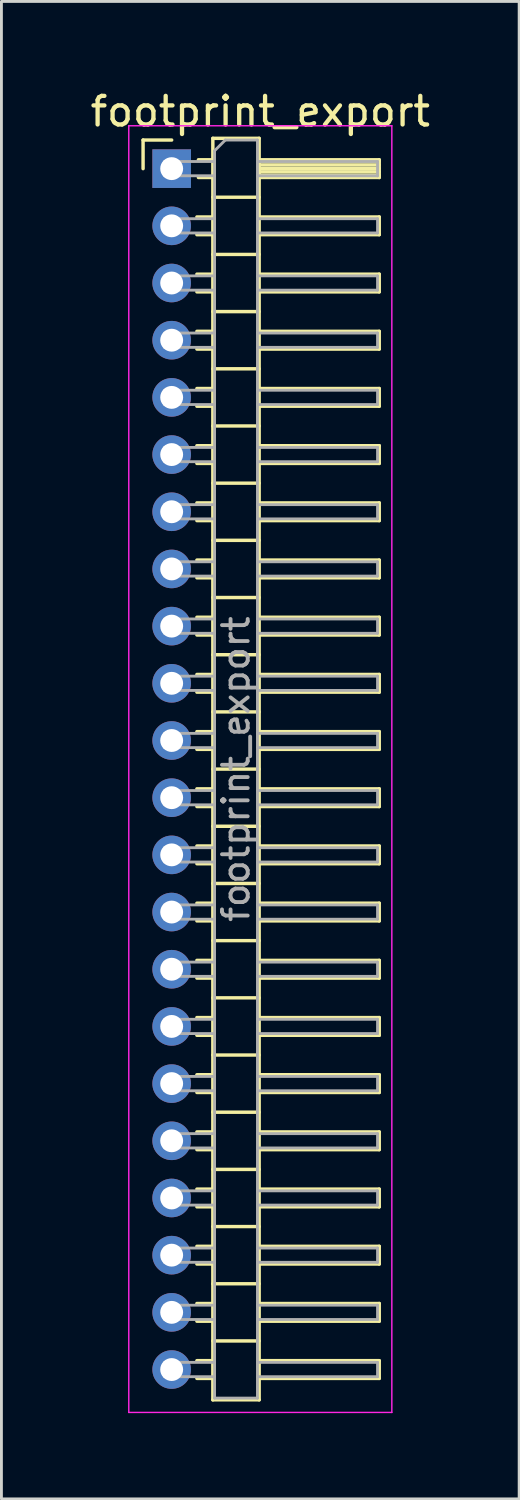
<source format=kicad_pcb>
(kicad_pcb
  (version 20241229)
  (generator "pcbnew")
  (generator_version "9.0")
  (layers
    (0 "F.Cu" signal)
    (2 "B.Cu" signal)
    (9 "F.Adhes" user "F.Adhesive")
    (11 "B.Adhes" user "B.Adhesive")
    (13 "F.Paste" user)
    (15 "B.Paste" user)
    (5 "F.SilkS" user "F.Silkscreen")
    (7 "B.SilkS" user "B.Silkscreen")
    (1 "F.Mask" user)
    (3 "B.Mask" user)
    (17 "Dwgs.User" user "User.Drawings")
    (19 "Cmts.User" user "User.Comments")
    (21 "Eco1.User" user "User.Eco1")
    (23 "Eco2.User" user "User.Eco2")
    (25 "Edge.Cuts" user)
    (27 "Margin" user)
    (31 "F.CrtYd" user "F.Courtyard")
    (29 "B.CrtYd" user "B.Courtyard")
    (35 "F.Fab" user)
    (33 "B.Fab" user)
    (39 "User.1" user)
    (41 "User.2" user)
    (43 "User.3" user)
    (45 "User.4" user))
  (footprint "footprint_export"
    (layer "F.Cu")
    (at 2.954 2.848)
    (property "Reference" "footprint_export" (at 3.1 -2 0) (layer "F.SilkS") (effects (font (size 1 1) (thickness 0.15))))
    (attr through_hole)
    (fp_line (start -1 -1) (end 0 -1) (stroke (width 0.12) (type solid)) (layer "F.SilkS"))
    (fp_line (start -1 0) (end -1 -1) (stroke (width 0.12) (type solid)) (layer "F.SilkS"))
    (fp_line (start 0.882 1.69) (end 1.44 1.69) (stroke (width 0.12) (type solid)) (layer "F.SilkS"))
    (fp_line (start 0.882 2.31) (end 1.44 2.31) (stroke (width 0.12) (type solid)) (layer "F.SilkS"))
    (fp_line (start 0.882 3.69) (end 1.44 3.69) (stroke (width 0.12) (type solid)) (layer "F.SilkS"))
    (fp_line (start 0.882 4.31) (end 1.44 4.31) (stroke (width 0.12) (type solid)) (layer "F.SilkS"))
    (fp_line (start 0.882 5.69) (end 1.44 5.69) (stroke (width 0.12) (type solid)) (layer "F.SilkS"))
    (fp_line (start 0.882 6.31) (end 1.44 6.31) (stroke (width 0.12) (type solid)) (layer "F.SilkS"))
    (fp_line (start 0.882 7.69) (end 1.44 7.69) (stroke (width 0.12) (type solid)) (layer "F.SilkS"))
    (fp_line (start 0.882 8.31) (end 1.44 8.31) (stroke (width 0.12) (type solid)) (layer "F.SilkS"))
    (fp_line (start 0.882 9.69) (end 1.44 9.69) (stroke (width 0.12) (type solid)) (layer "F.SilkS"))
    (fp_line (start 0.882 10.31) (end 1.44 10.31) (stroke (width 0.12) (type solid)) (layer "F.SilkS"))
    (fp_line (start 0.882 11.69) (end 1.44 11.69) (stroke (width 0.12) (type solid)) (layer "F.SilkS"))
    (fp_line (start 0.882 12.31) (end 1.44 12.31) (stroke (width 0.12) (type solid)) (layer "F.SilkS"))
    (fp_line (start 0.882 13.69) (end 1.44 13.69) (stroke (width 0.12) (type solid)) (layer "F.SilkS"))
    (fp_line (start 0.882 14.31) (end 1.44 14.31) (stroke (width 0.12) (type solid)) (layer "F.SilkS"))
    (fp_line (start 0.882 15.69) (end 1.44 15.69) (stroke (width 0.12) (type solid)) (layer "F.SilkS"))
    (fp_line (start 0.882 16.31) (end 1.44 16.31) (stroke (width 0.12) (type solid)) (layer "F.SilkS"))
    (fp_line (start 0.882 17.69) (end 1.44 17.69) (stroke (width 0.12) (type solid)) (layer "F.SilkS"))
    (fp_line (start 0.882 18.31) (end 1.44 18.31) (stroke (width 0.12) (type solid)) (layer "F.SilkS"))
    (fp_line (start 0.882 19.69) (end 1.44 19.69) (stroke (width 0.12) (type solid)) (layer "F.SilkS"))
    (fp_line (start 0.882 20.31) (end 1.44 20.31) (stroke (width 0.12) (type solid)) (layer "F.SilkS"))
    (fp_line (start 0.882 21.69) (end 1.44 21.69) (stroke (width 0.12) (type solid)) (layer "F.SilkS"))
    (fp_line (start 0.882 22.31) (end 1.44 22.31) (stroke (width 0.12) (type solid)) (layer "F.SilkS"))
    (fp_line (start 0.882 23.69) (end 1.44 23.69) (stroke (width 0.12) (type solid)) (layer "F.SilkS"))
    (fp_line (start 0.882 24.31) (end 1.44 24.31) (stroke (width 0.12) (type solid)) (layer "F.SilkS"))
    (fp_line (start 0.882 25.69) (end 1.44 25.69) (stroke (width 0.12) (type solid)) (layer "F.SilkS"))
    (fp_line (start 0.882 26.31) (end 1.44 26.31) (stroke (width 0.12) (type solid)) (layer "F.SilkS"))
    (fp_line (start 0.882 27.69) (end 1.44 27.69) (stroke (width 0.12) (type solid)) (layer "F.SilkS"))
    (fp_line (start 0.882 28.31) (end 1.44 28.31) (stroke (width 0.12) (type solid)) (layer "F.SilkS"))
    (fp_line (start 0.882 29.69) (end 1.44 29.69) (stroke (width 0.12) (type solid)) (layer "F.SilkS"))
    (fp_line (start 0.882 30.31) (end 1.44 30.31) (stroke (width 0.12) (type solid)) (layer "F.SilkS"))
    (fp_line (start 0.882 31.69) (end 1.44 31.69) (stroke (width 0.12) (type solid)) (layer "F.SilkS"))
    (fp_line (start 0.882 32.31) (end 1.44 32.31) (stroke (width 0.12) (type solid)) (layer "F.SilkS"))
    (fp_line (start 0.882 33.69) (end 1.44 33.69) (stroke (width 0.12) (type solid)) (layer "F.SilkS"))
    (fp_line (start 0.882 34.31) (end 1.44 34.31) (stroke (width 0.12) (type solid)) (layer "F.SilkS"))
    (fp_line (start 0.882 35.69) (end 1.44 35.69) (stroke (width 0.12) (type solid)) (layer "F.SilkS"))
    (fp_line (start 0.882 36.31) (end 1.44 36.31) (stroke (width 0.12) (type solid)) (layer "F.SilkS"))
    (fp_line (start 0.882 37.69) (end 1.44 37.69) (stroke (width 0.12) (type solid)) (layer "F.SilkS"))
    (fp_line (start 0.882 38.31) (end 1.44 38.31) (stroke (width 0.12) (type solid)) (layer "F.SilkS"))
    (fp_line (start 0.882 39.69) (end 1.44 39.69) (stroke (width 0.12) (type solid)) (layer "F.SilkS"))
    (fp_line (start 0.882 40.31) (end 1.44 40.31) (stroke (width 0.12) (type solid)) (layer "F.SilkS"))
    (fp_line (start 0.882 41.69) (end 1.44 41.69) (stroke (width 0.12) (type solid)) (layer "F.SilkS"))
    (fp_line (start 0.882 42.31) (end 1.44 42.31) (stroke (width 0.12) (type solid)) (layer "F.SilkS"))
    (fp_line (start 0.935 -0.31) (end 1.44 -0.31) (stroke (width 0.12) (type solid)) (layer "F.SilkS"))
    (fp_line (start 0.935 0.31) (end 1.44 0.31) (stroke (width 0.12) (type solid)) (layer "F.SilkS"))
    (fp_line (start 1.44 -1.06) (end 1.44 43.06) (stroke (width 0.12) (type solid)) (layer "F.SilkS"))
    (fp_line (start 1.44 1) (end 3.06 1) (stroke (width 0.12) (type solid)) (layer "F.SilkS"))
    (fp_line (start 1.44 3) (end 3.06 3) (stroke (width 0.12) (type solid)) (layer "F.SilkS"))
    (fp_line (start 1.44 5) (end 3.06 5) (stroke (width 0.12) (type solid)) (layer "F.SilkS"))
    (fp_line (start 1.44 7) (end 3.06 7) (stroke (width 0.12) (type solid)) (layer "F.SilkS"))
    (fp_line (start 1.44 9) (end 3.06 9) (stroke (width 0.12) (type solid)) (layer "F.SilkS"))
    (fp_line (start 1.44 11) (end 3.06 11) (stroke (width 0.12) (type solid)) (layer "F.SilkS"))
    (fp_line (start 1.44 13) (end 3.06 13) (stroke (width 0.12) (type solid)) (layer "F.SilkS"))
    (fp_line (start 1.44 15) (end 3.06 15) (stroke (width 0.12) (type solid)) (layer "F.SilkS"))
    (fp_line (start 1.44 17) (end 3.06 17) (stroke (width 0.12) (type solid)) (layer "F.SilkS"))
    (fp_line (start 1.44 19) (end 3.06 19) (stroke (width 0.12) (type solid)) (layer "F.SilkS"))
    (fp_line (start 1.44 21) (end 3.06 21) (stroke (width 0.12) (type solid)) (layer "F.SilkS"))
    (fp_line (start 1.44 23) (end 3.06 23) (stroke (width 0.12) (type solid)) (layer "F.SilkS"))
    (fp_line (start 1.44 25) (end 3.06 25) (stroke (width 0.12) (type solid)) (layer "F.SilkS"))
    (fp_line (start 1.44 27) (end 3.06 27) (stroke (width 0.12) (type solid)) (layer "F.SilkS"))
    (fp_line (start 1.44 29) (end 3.06 29) (stroke (width 0.12) (type solid)) (layer "F.SilkS"))
    (fp_line (start 1.44 31) (end 3.06 31) (stroke (width 0.12) (type solid)) (layer "F.SilkS"))
    (fp_line (start 1.44 33) (end 3.06 33) (stroke (width 0.12) (type solid)) (layer "F.SilkS"))
    (fp_line (start 1.44 35) (end 3.06 35) (stroke (width 0.12) (type solid)) (layer "F.SilkS"))
    (fp_line (start 1.44 37) (end 3.06 37) (stroke (width 0.12) (type solid)) (layer "F.SilkS"))
    (fp_line (start 1.44 39) (end 3.06 39) (stroke (width 0.12) (type solid)) (layer "F.SilkS"))
    (fp_line (start 1.44 41) (end 3.06 41) (stroke (width 0.12) (type solid)) (layer "F.SilkS"))
    (fp_line (start 1.44 43.06) (end 3.06 43.06) (stroke (width 0.12) (type solid)) (layer "F.SilkS"))
    (fp_line (start 3.06 -1.06) (end 1.44 -1.06) (stroke (width 0.12) (type solid)) (layer "F.SilkS"))
    (fp_line (start 3.06 -0.31) (end 7.26 -0.31) (stroke (width 0.12) (type solid)) (layer "F.SilkS"))
    (fp_line (start 3.06 -0.25) (end 7.26 -0.25) (stroke (width 0.12) (type solid)) (layer "F.SilkS"))
    (fp_line (start 3.06 -0.13) (end 7.26 -0.13) (stroke (width 0.12) (type solid)) (layer "F.SilkS"))
    (fp_line (start 3.06 -0.01) (end 7.26 -0.01) (stroke (width 0.12) (type solid)) (layer "F.SilkS"))
    (fp_line (start 3.06 0.11) (end 7.26 0.11) (stroke (width 0.12) (type solid)) (layer "F.SilkS"))
    (fp_line (start 3.06 0.23) (end 7.26 0.23) (stroke (width 0.12) (type solid)) (layer "F.SilkS"))
    (fp_line (start 3.06 1.69) (end 7.26 1.69) (stroke (width 0.12) (type solid)) (layer "F.SilkS"))
    (fp_line (start 3.06 3.69) (end 7.26 3.69) (stroke (width 0.12) (type solid)) (layer "F.SilkS"))
    (fp_line (start 3.06 5.69) (end 7.26 5.69) (stroke (width 0.12) (type solid)) (layer "F.SilkS"))
    (fp_line (start 3.06 7.69) (end 7.26 7.69) (stroke (width 0.12) (type solid)) (layer "F.SilkS"))
    (fp_line (start 3.06 9.69) (end 7.26 9.69) (stroke (width 0.12) (type solid)) (layer "F.SilkS"))
    (fp_line (start 3.06 11.69) (end 7.26 11.69) (stroke (width 0.12) (type solid)) (layer "F.SilkS"))
    (fp_line (start 3.06 13.69) (end 7.26 13.69) (stroke (width 0.12) (type solid)) (layer "F.SilkS"))
    (fp_line (start 3.06 15.69) (end 7.26 15.69) (stroke (width 0.12) (type solid)) (layer "F.SilkS"))
    (fp_line (start 3.06 17.69) (end 7.26 17.69) (stroke (width 0.12) (type solid)) (layer "F.SilkS"))
    (fp_line (start 3.06 19.69) (end 7.26 19.69) (stroke (width 0.12) (type solid)) (layer "F.SilkS"))
    (fp_line (start 3.06 21.69) (end 7.26 21.69) (stroke (width 0.12) (type solid)) (layer "F.SilkS"))
    (fp_line (start 3.06 23.69) (end 7.26 23.69) (stroke (width 0.12) (type solid)) (layer "F.SilkS"))
    (fp_line (start 3.06 25.69) (end 7.26 25.69) (stroke (width 0.12) (type solid)) (layer "F.SilkS"))
    (fp_line (start 3.06 27.69) (end 7.26 27.69) (stroke (width 0.12) (type solid)) (layer "F.SilkS"))
    (fp_line (start 3.06 29.69) (end 7.26 29.69) (stroke (width 0.12) (type solid)) (layer "F.SilkS"))
    (fp_line (start 3.06 31.69) (end 7.26 31.69) (stroke (width 0.12) (type solid)) (layer "F.SilkS"))
    (fp_line (start 3.06 33.69) (end 7.26 33.69) (stroke (width 0.12) (type solid)) (layer "F.SilkS"))
    (fp_line (start 3.06 35.69) (end 7.26 35.69) (stroke (width 0.12) (type solid)) (layer "F.SilkS"))
    (fp_line (start 3.06 37.69) (end 7.26 37.69) (stroke (width 0.12) (type solid)) (layer "F.SilkS"))
    (fp_line (start 3.06 39.69) (end 7.26 39.69) (stroke (width 0.12) (type solid)) (layer "F.SilkS"))
    (fp_line (start 3.06 41.69) (end 7.26 41.69) (stroke (width 0.12) (type solid)) (layer "F.SilkS"))
    (fp_line (start 3.06 43.06) (end 3.06 -1.06) (stroke (width 0.12) (type solid)) (layer "F.SilkS"))
    (fp_line (start 7.26 -0.31) (end 7.26 0.31) (stroke (width 0.12) (type solid)) (layer "F.SilkS"))
    (fp_line (start 7.26 0.31) (end 3.06 0.31) (stroke (width 0.12) (type solid)) (layer "F.SilkS"))
    (fp_line (start 7.26 1.69) (end 7.26 2.31) (stroke (width 0.12) (type solid)) (layer "F.SilkS"))
    (fp_line (start 7.26 2.31) (end 3.06 2.31) (stroke (width 0.12) (type solid)) (layer "F.SilkS"))
    (fp_line (start 7.26 3.69) (end 7.26 4.31) (stroke (width 0.12) (type solid)) (layer "F.SilkS"))
    (fp_line (start 7.26 4.31) (end 3.06 4.31) (stroke (width 0.12) (type solid)) (layer "F.SilkS"))
    (fp_line (start 7.26 5.69) (end 7.26 6.31) (stroke (width 0.12) (type solid)) (layer "F.SilkS"))
    (fp_line (start 7.26 6.31) (end 3.06 6.31) (stroke (width 0.12) (type solid)) (layer "F.SilkS"))
    (fp_line (start 7.26 7.69) (end 7.26 8.31) (stroke (width 0.12) (type solid)) (layer "F.SilkS"))
    (fp_line (start 7.26 8.31) (end 3.06 8.31) (stroke (width 0.12) (type solid)) (layer "F.SilkS"))
    (fp_line (start 7.26 9.69) (end 7.26 10.31) (stroke (width 0.12) (type solid)) (layer "F.SilkS"))
    (fp_line (start 7.26 10.31) (end 3.06 10.31) (stroke (width 0.12) (type solid)) (layer "F.SilkS"))
    (fp_line (start 7.26 11.69) (end 7.26 12.31) (stroke (width 0.12) (type solid)) (layer "F.SilkS"))
    (fp_line (start 7.26 12.31) (end 3.06 12.31) (stroke (width 0.12) (type solid)) (layer "F.SilkS"))
    (fp_line (start 7.26 13.69) (end 7.26 14.31) (stroke (width 0.12) (type solid)) (layer "F.SilkS"))
    (fp_line (start 7.26 14.31) (end 3.06 14.31) (stroke (width 0.12) (type solid)) (layer "F.SilkS"))
    (fp_line (start 7.26 15.69) (end 7.26 16.31) (stroke (width 0.12) (type solid)) (layer "F.SilkS"))
    (fp_line (start 7.26 16.31) (end 3.06 16.31) (stroke (width 0.12) (type solid)) (layer "F.SilkS"))
    (fp_line (start 7.26 17.69) (end 7.26 18.31) (stroke (width 0.12) (type solid)) (layer "F.SilkS"))
    (fp_line (start 7.26 18.31) (end 3.06 18.31) (stroke (width 0.12) (type solid)) (layer "F.SilkS"))
    (fp_line (start 7.26 19.69) (end 7.26 20.31) (stroke (width 0.12) (type solid)) (layer "F.SilkS"))
    (fp_line (start 7.26 20.31) (end 3.06 20.31) (stroke (width 0.12) (type solid)) (layer "F.SilkS"))
    (fp_line (start 7.26 21.69) (end 7.26 22.31) (stroke (width 0.12) (type solid)) (layer "F.SilkS"))
    (fp_line (start 7.26 22.31) (end 3.06 22.31) (stroke (width 0.12) (type solid)) (layer "F.SilkS"))
    (fp_line (start 7.26 23.69) (end 7.26 24.31) (stroke (width 0.12) (type solid)) (layer "F.SilkS"))
    (fp_line (start 7.26 24.31) (end 3.06 24.31) (stroke (width 0.12) (type solid)) (layer "F.SilkS"))
    (fp_line (start 7.26 25.69) (end 7.26 26.31) (stroke (width 0.12) (type solid)) (layer "F.SilkS"))
    (fp_line (start 7.26 26.31) (end 3.06 26.31) (stroke (width 0.12) (type solid)) (layer "F.SilkS"))
    (fp_line (start 7.26 27.69) (end 7.26 28.31) (stroke (width 0.12) (type solid)) (layer "F.SilkS"))
    (fp_line (start 7.26 28.31) (end 3.06 28.31) (stroke (width 0.12) (type solid)) (layer "F.SilkS"))
    (fp_line (start 7.26 29.69) (end 7.26 30.31) (stroke (width 0.12) (type solid)) (layer "F.SilkS"))
    (fp_line (start 7.26 30.31) (end 3.06 30.31) (stroke (width 0.12) (type solid)) (layer "F.SilkS"))
    (fp_line (start 7.26 31.69) (end 7.26 32.31) (stroke (width 0.12) (type solid)) (layer "F.SilkS"))
    (fp_line (start 7.26 32.31) (end 3.06 32.31) (stroke (width 0.12) (type solid)) (layer "F.SilkS"))
    (fp_line (start 7.26 33.69) (end 7.26 34.31) (stroke (width 0.12) (type solid)) (layer "F.SilkS"))
    (fp_line (start 7.26 34.31) (end 3.06 34.31) (stroke (width 0.12) (type solid)) (layer "F.SilkS"))
    (fp_line (start 7.26 35.69) (end 7.26 36.31) (stroke (width 0.12) (type solid)) (layer "F.SilkS"))
    (fp_line (start 7.26 36.31) (end 3.06 36.31) (stroke (width 0.12) (type solid)) (layer "F.SilkS"))
    (fp_line (start 7.26 37.69) (end 7.26 38.31) (stroke (width 0.12) (type solid)) (layer "F.SilkS"))
    (fp_line (start 7.26 38.31) (end 3.06 38.31) (stroke (width 0.12) (type solid)) (layer "F.SilkS"))
    (fp_line (start 7.26 39.69) (end 7.26 40.31) (stroke (width 0.12) (type solid)) (layer "F.SilkS"))
    (fp_line (start 7.26 40.31) (end 3.06 40.31) (stroke (width 0.12) (type solid)) (layer "F.SilkS"))
    (fp_line (start 7.26 41.69) (end 7.26 42.31) (stroke (width 0.12) (type solid)) (layer "F.SilkS"))
    (fp_line (start 7.26 42.31) (end 3.06 42.31) (stroke (width 0.12) (type solid)) (layer "F.SilkS"))
    (fp_line (start -1.5 -1.5) (end -1.5 43.5) (stroke (width 0.05) (type solid)) (layer "F.CrtYd"))
    (fp_line (start -1.5 43.5) (end 7.7 43.5) (stroke (width 0.05) (type solid)) (layer "F.CrtYd"))
    (fp_line (start 7.7 -1.5) (end -1.5 -1.5) (stroke (width 0.05) (type solid)) (layer "F.CrtYd"))
    (fp_line (start 7.7 43.5) (end 7.7 -1.5) (stroke (width 0.05) (type solid)) (layer "F.CrtYd"))
    (fp_line (start -0.25 -0.25) (end -0.25 0.25) (stroke (width 0.1) (type solid)) (layer "F.Fab"))
    (fp_line (start -0.25 -0.25) (end 1.5 -0.25) (stroke (width 0.1) (type solid)) (layer "F.Fab"))
    (fp_line (start -0.25 0.25) (end 1.5 0.25) (stroke (width 0.1) (type solid)) (layer "F.Fab"))
    (fp_line (start -0.25 1.75) (end -0.25 2.25) (stroke (width 0.1) (type solid)) (layer "F.Fab"))
    (fp_line (start -0.25 1.75) (end 1.5 1.75) (stroke (width 0.1) (type solid)) (layer "F.Fab"))
    (fp_line (start -0.25 2.25) (end 1.5 2.25) (stroke (width 0.1) (type solid)) (layer "F.Fab"))
    (fp_line (start -0.25 3.75) (end -0.25 4.25) (stroke (width 0.1) (type solid)) (layer "F.Fab"))
    (fp_line (start -0.25 3.75) (end 1.5 3.75) (stroke (width 0.1) (type solid)) (layer "F.Fab"))
    (fp_line (start -0.25 4.25) (end 1.5 4.25) (stroke (width 0.1) (type solid)) (layer "F.Fab"))
    (fp_line (start -0.25 5.75) (end -0.25 6.25) (stroke (width 0.1) (type solid)) (layer "F.Fab"))
    (fp_line (start -0.25 5.75) (end 1.5 5.75) (stroke (width 0.1) (type solid)) (layer "F.Fab"))
    (fp_line (start -0.25 6.25) (end 1.5 6.25) (stroke (width 0.1) (type solid)) (layer "F.Fab"))
    (fp_line (start -0.25 7.75) (end -0.25 8.25) (stroke (width 0.1) (type solid)) (layer "F.Fab"))
    (fp_line (start -0.25 7.75) (end 1.5 7.75) (stroke (width 0.1) (type solid)) (layer "F.Fab"))
    (fp_line (start -0.25 8.25) (end 1.5 8.25) (stroke (width 0.1) (type solid)) (layer "F.Fab"))
    (fp_line (start -0.25 9.75) (end -0.25 10.25) (stroke (width 0.1) (type solid)) (layer "F.Fab"))
    (fp_line (start -0.25 9.75) (end 1.5 9.75) (stroke (width 0.1) (type solid)) (layer "F.Fab"))
    (fp_line (start -0.25 10.25) (end 1.5 10.25) (stroke (width 0.1) (type solid)) (layer "F.Fab"))
    (fp_line (start -0.25 11.75) (end -0.25 12.25) (stroke (width 0.1) (type solid)) (layer "F.Fab"))
    (fp_line (start -0.25 11.75) (end 1.5 11.75) (stroke (width 0.1) (type solid)) (layer "F.Fab"))
    (fp_line (start -0.25 12.25) (end 1.5 12.25) (stroke (width 0.1) (type solid)) (layer "F.Fab"))
    (fp_line (start -0.25 13.75) (end -0.25 14.25) (stroke (width 0.1) (type solid)) (layer "F.Fab"))
    (fp_line (start -0.25 13.75) (end 1.5 13.75) (stroke (width 0.1) (type solid)) (layer "F.Fab"))
    (fp_line (start -0.25 14.25) (end 1.5 14.25) (stroke (width 0.1) (type solid)) (layer "F.Fab"))
    (fp_line (start -0.25 15.75) (end -0.25 16.25) (stroke (width 0.1) (type solid)) (layer "F.Fab"))
    (fp_line (start -0.25 15.75) (end 1.5 15.75) (stroke (width 0.1) (type solid)) (layer "F.Fab"))
    (fp_line (start -0.25 16.25) (end 1.5 16.25) (stroke (width 0.1) (type solid)) (layer "F.Fab"))
    (fp_line (start -0.25 17.75) (end -0.25 18.25) (stroke (width 0.1) (type solid)) (layer "F.Fab"))
    (fp_line (start -0.25 17.75) (end 1.5 17.75) (stroke (width 0.1) (type solid)) (layer "F.Fab"))
    (fp_line (start -0.25 18.25) (end 1.5 18.25) (stroke (width 0.1) (type solid)) (layer "F.Fab"))
    (fp_line (start -0.25 19.75) (end -0.25 20.25) (stroke (width 0.1) (type solid)) (layer "F.Fab"))
    (fp_line (start -0.25 19.75) (end 1.5 19.75) (stroke (width 0.1) (type solid)) (layer "F.Fab"))
    (fp_line (start -0.25 20.25) (end 1.5 20.25) (stroke (width 0.1) (type solid)) (layer "F.Fab"))
    (fp_line (start -0.25 21.75) (end -0.25 22.25) (stroke (width 0.1) (type solid)) (layer "F.Fab"))
    (fp_line (start -0.25 21.75) (end 1.5 21.75) (stroke (width 0.1) (type solid)) (layer "F.Fab"))
    (fp_line (start -0.25 22.25) (end 1.5 22.25) (stroke (width 0.1) (type solid)) (layer "F.Fab"))
    (fp_line (start -0.25 23.75) (end -0.25 24.25) (stroke (width 0.1) (type solid)) (layer "F.Fab"))
    (fp_line (start -0.25 23.75) (end 1.5 23.75) (stroke (width 0.1) (type solid)) (layer "F.Fab"))
    (fp_line (start -0.25 24.25) (end 1.5 24.25) (stroke (width 0.1) (type solid)) (layer "F.Fab"))
    (fp_line (start -0.25 25.75) (end -0.25 26.25) (stroke (width 0.1) (type solid)) (layer "F.Fab"))
    (fp_line (start -0.25 25.75) (end 1.5 25.75) (stroke (width 0.1) (type solid)) (layer "F.Fab"))
    (fp_line (start -0.25 26.25) (end 1.5 26.25) (stroke (width 0.1) (type solid)) (layer "F.Fab"))
    (fp_line (start -0.25 27.75) (end -0.25 28.25) (stroke (width 0.1) (type solid)) (layer "F.Fab"))
    (fp_line (start -0.25 27.75) (end 1.5 27.75) (stroke (width 0.1) (type solid)) (layer "F.Fab"))
    (fp_line (start -0.25 28.25) (end 1.5 28.25) (stroke (width 0.1) (type solid)) (layer "F.Fab"))
    (fp_line (start -0.25 29.75) (end -0.25 30.25) (stroke (width 0.1) (type solid)) (layer "F.Fab"))
    (fp_line (start -0.25 29.75) (end 1.5 29.75) (stroke (width 0.1) (type solid)) (layer "F.Fab"))
    (fp_line (start -0.25 30.25) (end 1.5 30.25) (stroke (width 0.1) (type solid)) (layer "F.Fab"))
    (fp_line (start -0.25 31.75) (end -0.25 32.25) (stroke (width 0.1) (type solid)) (layer "F.Fab"))
    (fp_line (start -0.25 31.75) (end 1.5 31.75) (stroke (width 0.1) (type solid)) (layer "F.Fab"))
    (fp_line (start -0.25 32.25) (end 1.5 32.25) (stroke (width 0.1) (type solid)) (layer "F.Fab"))
    (fp_line (start -0.25 33.75) (end -0.25 34.25) (stroke (width 0.1) (type solid)) (layer "F.Fab"))
    (fp_line (start -0.25 33.75) (end 1.5 33.75) (stroke (width 0.1) (type solid)) (layer "F.Fab"))
    (fp_line (start -0.25 34.25) (end 1.5 34.25) (stroke (width 0.1) (type solid)) (layer "F.Fab"))
    (fp_line (start -0.25 35.75) (end -0.25 36.25) (stroke (width 0.1) (type solid)) (layer "F.Fab"))
    (fp_line (start -0.25 35.75) (end 1.5 35.75) (stroke (width 0.1) (type solid)) (layer "F.Fab"))
    (fp_line (start -0.25 36.25) (end 1.5 36.25) (stroke (width 0.1) (type solid)) (layer "F.Fab"))
    (fp_line (start -0.25 37.75) (end -0.25 38.25) (stroke (width 0.1) (type solid)) (layer "F.Fab"))
    (fp_line (start -0.25 37.75) (end 1.5 37.75) (stroke (width 0.1) (type solid)) (layer "F.Fab"))
    (fp_line (start -0.25 38.25) (end 1.5 38.25) (stroke (width 0.1) (type solid)) (layer "F.Fab"))
    (fp_line (start -0.25 39.75) (end -0.25 40.25) (stroke (width 0.1) (type solid)) (layer "F.Fab"))
    (fp_line (start -0.25 39.75) (end 1.5 39.75) (stroke (width 0.1) (type solid)) (layer "F.Fab"))
    (fp_line (start -0.25 40.25) (end 1.5 40.25) (stroke (width 0.1) (type solid)) (layer "F.Fab"))
    (fp_line (start -0.25 41.75) (end -0.25 42.25) (stroke (width 0.1) (type solid)) (layer "F.Fab"))
    (fp_line (start -0.25 41.75) (end 1.5 41.75) (stroke (width 0.1) (type solid)) (layer "F.Fab"))
    (fp_line (start -0.25 42.25) (end 1.5 42.25) (stroke (width 0.1) (type solid)) (layer "F.Fab"))
    (fp_line (start 1.5 -0.625) (end 1.875 -1) (stroke (width 0.1) (type solid)) (layer "F.Fab"))
    (fp_line (start 1.5 43) (end 1.5 -0.625) (stroke (width 0.1) (type solid)) (layer "F.Fab"))
    (fp_line (start 1.875 -1) (end 3 -1) (stroke (width 0.1) (type solid)) (layer "F.Fab"))
    (fp_line (start 3 -1) (end 3 43) (stroke (width 0.1) (type solid)) (layer "F.Fab"))
    (fp_line (start 3 -0.25) (end 7.2 -0.25) (stroke (width 0.1) (type solid)) (layer "F.Fab"))
    (fp_line (start 3 0.25) (end 7.2 0.25) (stroke (width 0.1) (type solid)) (layer "F.Fab"))
    (fp_line (start 3 1.75) (end 7.2 1.75) (stroke (width 0.1) (type solid)) (layer "F.Fab"))
    (fp_line (start 3 2.25) (end 7.2 2.25) (stroke (width 0.1) (type solid)) (layer "F.Fab"))
    (fp_line (start 3 3.75) (end 7.2 3.75) (stroke (width 0.1) (type solid)) (layer "F.Fab"))
    (fp_line (start 3 4.25) (end 7.2 4.25) (stroke (width 0.1) (type solid)) (layer "F.Fab"))
    (fp_line (start 3 5.75) (end 7.2 5.75) (stroke (width 0.1) (type solid)) (layer "F.Fab"))
    (fp_line (start 3 6.25) (end 7.2 6.25) (stroke (width 0.1) (type solid)) (layer "F.Fab"))
    (fp_line (start 3 7.75) (end 7.2 7.75) (stroke (width 0.1) (type solid)) (layer "F.Fab"))
    (fp_line (start 3 8.25) (end 7.2 8.25) (stroke (width 0.1) (type solid)) (layer "F.Fab"))
    (fp_line (start 3 9.75) (end 7.2 9.75) (stroke (width 0.1) (type solid)) (layer "F.Fab"))
    (fp_line (start 3 10.25) (end 7.2 10.25) (stroke (width 0.1) (type solid)) (layer "F.Fab"))
    (fp_line (start 3 11.75) (end 7.2 11.75) (stroke (width 0.1) (type solid)) (layer "F.Fab"))
    (fp_line (start 3 12.25) (end 7.2 12.25) (stroke (width 0.1) (type solid)) (layer "F.Fab"))
    (fp_line (start 3 13.75) (end 7.2 13.75) (stroke (width 0.1) (type solid)) (layer "F.Fab"))
    (fp_line (start 3 14.25) (end 7.2 14.25) (stroke (width 0.1) (type solid)) (layer "F.Fab"))
    (fp_line (start 3 15.75) (end 7.2 15.75) (stroke (width 0.1) (type solid)) (layer "F.Fab"))
    (fp_line (start 3 16.25) (end 7.2 16.25) (stroke (width 0.1) (type solid)) (layer "F.Fab"))
    (fp_line (start 3 17.75) (end 7.2 17.75) (stroke (width 0.1) (type solid)) (layer "F.Fab"))
    (fp_line (start 3 18.25) (end 7.2 18.25) (stroke (width 0.1) (type solid)) (layer "F.Fab"))
    (fp_line (start 3 19.75) (end 7.2 19.75) (stroke (width 0.1) (type solid)) (layer "F.Fab"))
    (fp_line (start 3 20.25) (end 7.2 20.25) (stroke (width 0.1) (type solid)) (layer "F.Fab"))
    (fp_line (start 3 21.75) (end 7.2 21.75) (stroke (width 0.1) (type solid)) (layer "F.Fab"))
    (fp_line (start 3 22.25) (end 7.2 22.25) (stroke (width 0.1) (type solid)) (layer "F.Fab"))
    (fp_line (start 3 23.75) (end 7.2 23.75) (stroke (width 0.1) (type solid)) (layer "F.Fab"))
    (fp_line (start 3 24.25) (end 7.2 24.25) (stroke (width 0.1) (type solid)) (layer "F.Fab"))
    (fp_line (start 3 25.75) (end 7.2 25.75) (stroke (width 0.1) (type solid)) (layer "F.Fab"))
    (fp_line (start 3 26.25) (end 7.2 26.25) (stroke (width 0.1) (type solid)) (layer "F.Fab"))
    (fp_line (start 3 27.75) (end 7.2 27.75) (stroke (width 0.1) (type solid)) (layer "F.Fab"))
    (fp_line (start 3 28.25) (end 7.2 28.25) (stroke (width 0.1) (type solid)) (layer "F.Fab"))
    (fp_line (start 3 29.75) (end 7.2 29.75) (stroke (width 0.1) (type solid)) (layer "F.Fab"))
    (fp_line (start 3 30.25) (end 7.2 30.25) (stroke (width 0.1) (type solid)) (layer "F.Fab"))
    (fp_line (start 3 31.75) (end 7.2 31.75) (stroke (width 0.1) (type solid)) (layer "F.Fab"))
    (fp_line (start 3 32.25) (end 7.2 32.25) (stroke (width 0.1) (type solid)) (layer "F.Fab"))
    (fp_line (start 3 33.75) (end 7.2 33.75) (stroke (width 0.1) (type solid)) (layer "F.Fab"))
    (fp_line (start 3 34.25) (end 7.2 34.25) (stroke (width 0.1) (type solid)) (layer "F.Fab"))
    (fp_line (start 3 35.75) (end 7.2 35.75) (stroke (width 0.1) (type solid)) (layer "F.Fab"))
    (fp_line (start 3 36.25) (end 7.2 36.25) (stroke (width 0.1) (type solid)) (layer "F.Fab"))
    (fp_line (start 3 37.75) (end 7.2 37.75) (stroke (width 0.1) (type solid)) (layer "F.Fab"))
    (fp_line (start 3 38.25) (end 7.2 38.25) (stroke (width 0.1) (type solid)) (layer "F.Fab"))
    (fp_line (start 3 39.75) (end 7.2 39.75) (stroke (width 0.1) (type solid)) (layer "F.Fab"))
    (fp_line (start 3 40.25) (end 7.2 40.25) (stroke (width 0.1) (type solid)) (layer "F.Fab"))
    (fp_line (start 3 41.75) (end 7.2 41.75) (stroke (width 0.1) (type solid)) (layer "F.Fab"))
    (fp_line (start 3 42.25) (end 7.2 42.25) (stroke (width 0.1) (type solid)) (layer "F.Fab"))
    (fp_line (start 3 43) (end 1.5 43) (stroke (width 0.1) (type solid)) (layer "F.Fab"))
    (fp_line (start 7.2 -0.25) (end 7.2 0.25) (stroke (width 0.1) (type solid)) (layer "F.Fab"))
    (fp_line (start 7.2 1.75) (end 7.2 2.25) (stroke (width 0.1) (type solid)) (layer "F.Fab"))
    (fp_line (start 7.2 3.75) (end 7.2 4.25) (stroke (width 0.1) (type solid)) (layer "F.Fab"))
    (fp_line (start 7.2 5.75) (end 7.2 6.25) (stroke (width 0.1) (type solid)) (layer "F.Fab"))
    (fp_line (start 7.2 7.75) (end 7.2 8.25) (stroke (width 0.1) (type solid)) (layer "F.Fab"))
    (fp_line (start 7.2 9.75) (end 7.2 10.25) (stroke (width 0.1) (type solid)) (layer "F.Fab"))
    (fp_line (start 7.2 11.75) (end 7.2 12.25) (stroke (width 0.1) (type solid)) (layer "F.Fab"))
    (fp_line (start 7.2 13.75) (end 7.2 14.25) (stroke (width 0.1) (type solid)) (layer "F.Fab"))
    (fp_line (start 7.2 15.75) (end 7.2 16.25) (stroke (width 0.1) (type solid)) (layer "F.Fab"))
    (fp_line (start 7.2 17.75) (end 7.2 18.25) (stroke (width 0.1) (type solid)) (layer "F.Fab"))
    (fp_line (start 7.2 19.75) (end 7.2 20.25) (stroke (width 0.1) (type solid)) (layer "F.Fab"))
    (fp_line (start 7.2 21.75) (end 7.2 22.25) (stroke (width 0.1) (type solid)) (layer "F.Fab"))
    (fp_line (start 7.2 23.75) (end 7.2 24.25) (stroke (width 0.1) (type solid)) (layer "F.Fab"))
    (fp_line (start 7.2 25.75) (end 7.2 26.25) (stroke (width 0.1) (type solid)) (layer "F.Fab"))
    (fp_line (start 7.2 27.75) (end 7.2 28.25) (stroke (width 0.1) (type solid)) (layer "F.Fab"))
    (fp_line (start 7.2 29.75) (end 7.2 30.25) (stroke (width 0.1) (type solid)) (layer "F.Fab"))
    (fp_line (start 7.2 31.75) (end 7.2 32.25) (stroke (width 0.1) (type solid)) (layer "F.Fab"))
    (fp_line (start 7.2 33.75) (end 7.2 34.25) (stroke (width 0.1) (type solid)) (layer "F.Fab"))
    (fp_line (start 7.2 35.75) (end 7.2 36.25) (stroke (width 0.1) (type solid)) (layer "F.Fab"))
    (fp_line (start 7.2 37.75) (end 7.2 38.25) (stroke (width 0.1) (type solid)) (layer "F.Fab"))
    (fp_line (start 7.2 39.75) (end 7.2 40.25) (stroke (width 0.1) (type solid)) (layer "F.Fab"))
    (fp_line (start 7.2 41.75) (end 7.2 42.25) (stroke (width 0.1) (type solid)) (layer "F.Fab"))
    (fp_text user "${REFERENCE}" (at 2.25 21 90) (layer "F.Fab") (effects (font (size 0.9 0.9) (thickness 0.135))))
    (pad "1" thru_hole rect (at 0 0) (size 1.35 1.35) (drill 0.8) (layers "*.Cu" "*.Mask"))
    (pad "2" thru_hole oval (at 0 2) (size 1.35 1.35) (drill 0.8) (layers "*.Cu" "*.Mask"))
    (pad "3" thru_hole oval (at 0 4) (size 1.35 1.35) (drill 0.8) (layers "*.Cu" "*.Mask"))
    (pad "4" thru_hole oval (at 0 6) (size 1.35 1.35) (drill 0.8) (layers "*.Cu" "*.Mask"))
    (pad "5" thru_hole oval (at 0 8) (size 1.35 1.35) (drill 0.8) (layers "*.Cu" "*.Mask"))
    (pad "6" thru_hole oval (at 0 10) (size 1.35 1.35) (drill 0.8) (layers "*.Cu" "*.Mask"))
    (pad "7" thru_hole oval (at 0 12) (size 1.35 1.35) (drill 0.8) (layers "*.Cu" "*.Mask"))
    (pad "8" thru_hole oval (at 0 14) (size 1.35 1.35) (drill 0.8) (layers "*.Cu" "*.Mask"))
    (pad "9" thru_hole oval (at 0 16) (size 1.35 1.35) (drill 0.8) (layers "*.Cu" "*.Mask"))
    (pad "10" thru_hole oval (at 0 18) (size 1.35 1.35) (drill 0.8) (layers "*.Cu" "*.Mask"))
    (pad "11" thru_hole oval (at 0 20) (size 1.35 1.35) (drill 0.8) (layers "*.Cu" "*.Mask"))
    (pad "12" thru_hole oval (at 0 22) (size 1.35 1.35) (drill 0.8) (layers "*.Cu" "*.Mask"))
    (pad "13" thru_hole oval (at 0 24) (size 1.35 1.35) (drill 0.8) (layers "*.Cu" "*.Mask"))
    (pad "14" thru_hole oval (at 0 26) (size 1.35 1.35) (drill 0.8) (layers "*.Cu" "*.Mask"))
    (pad "15" thru_hole oval (at 0 28) (size 1.35 1.35) (drill 0.8) (layers "*.Cu" "*.Mask"))
    (pad "16" thru_hole oval (at 0 30) (size 1.35 1.35) (drill 0.8) (layers "*.Cu" "*.Mask"))
    (pad "17" thru_hole oval (at 0 32) (size 1.35 1.35) (drill 0.8) (layers "*.Cu" "*.Mask"))
    (pad "18" thru_hole oval (at 0 34) (size 1.35 1.35) (drill 0.8) (layers "*.Cu" "*.Mask"))
    (pad "19" thru_hole oval (at 0 36) (size 1.35 1.35) (drill 0.8) (layers "*.Cu" "*.Mask"))
    (pad "20" thru_hole oval (at 0 38) (size 1.35 1.35) (drill 0.8) (layers "*.Cu" "*.Mask"))
    (pad "21" thru_hole oval (at 0 40) (size 1.35 1.35) (drill 0.8) (layers "*.Cu" "*.Mask"))
    (pad "22" thru_hole oval (at 0 42) (size 1.35 1.35) (drill 0.8) (layers "*.Cu" "*.Mask")))
  (gr_rect
    (start -3 -3)
    (end 15.107 49.373)
    (stroke (width 0.1) (type default))
    (fill no)
    (layer "Edge.Cuts")))
</source>
